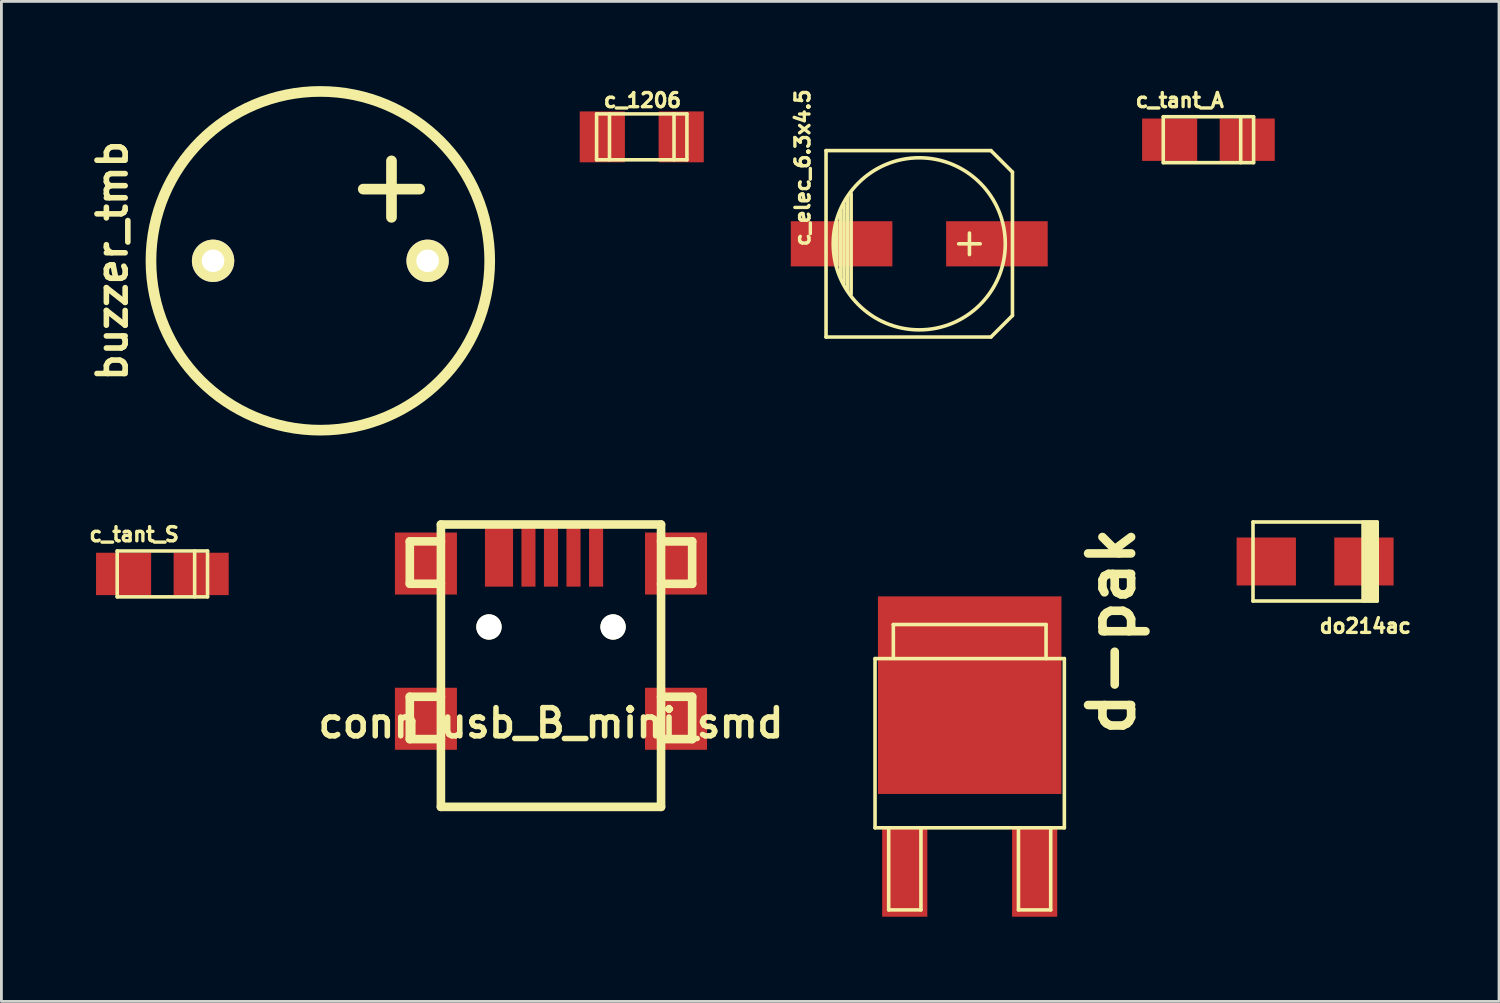
<source format=kicad_pcb>
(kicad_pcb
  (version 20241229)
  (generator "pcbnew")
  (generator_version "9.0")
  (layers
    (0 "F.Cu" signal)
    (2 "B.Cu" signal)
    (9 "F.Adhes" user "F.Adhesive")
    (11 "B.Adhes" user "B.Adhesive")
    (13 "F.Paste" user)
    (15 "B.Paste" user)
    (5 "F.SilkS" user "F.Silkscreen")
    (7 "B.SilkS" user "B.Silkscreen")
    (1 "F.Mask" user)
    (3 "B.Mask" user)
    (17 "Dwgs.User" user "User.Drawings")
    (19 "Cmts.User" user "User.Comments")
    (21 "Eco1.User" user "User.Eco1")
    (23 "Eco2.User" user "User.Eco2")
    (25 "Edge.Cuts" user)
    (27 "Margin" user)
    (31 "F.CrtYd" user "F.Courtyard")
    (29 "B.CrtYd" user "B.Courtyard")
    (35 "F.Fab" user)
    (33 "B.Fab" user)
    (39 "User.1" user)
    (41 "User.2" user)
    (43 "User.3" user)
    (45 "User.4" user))
  (footprint "do214ac"
    (layer "F.Cu")
    (at 43.537 16.841)
    (property "Reference" "do214ac" (at 1.778 2.286 0) (layer "F.SilkS") (effects (font (size 0.5 0.5) (thickness 0.119))))
    (attr through_hole)
    (fp_line (start -2.2 -1.4) (end -2.2 1.4) (stroke (width 0.127) (type solid)) (layer "F.SilkS"))
    (fp_line (start -2.2 1.4) (end 2.2 1.4) (stroke (width 0.127) (type solid)) (layer "F.SilkS"))
    (fp_line (start 1.699 -1.4) (end 1.699 1.4) (stroke (width 0.127) (type solid)) (layer "F.SilkS"))
    (fp_line (start 1.801 -1.4) (end 1.801 1.4) (stroke (width 0.127) (type solid)) (layer "F.SilkS"))
    (fp_line (start 1.9 1.4) (end 1.9 -1.4) (stroke (width 0.127) (type solid)) (layer "F.SilkS"))
    (fp_line (start 1.999 -1.4) (end 1.999 1.4) (stroke (width 0.127) (type solid)) (layer "F.SilkS"))
    (fp_line (start 2.101 1.4) (end 2.101 -1.4) (stroke (width 0.127) (type solid)) (layer "F.SilkS"))
    (fp_line (start 2.2 -1.4) (end -2.2 -1.4) (stroke (width 0.127) (type solid)) (layer "F.SilkS"))
    (fp_line (start 2.2 1.4) (end 2.2 -1.4) (stroke (width 0.127) (type solid)) (layer "F.SilkS"))
    (pad "1" smd rect (at -1.73 0) (size 2.101 1.699) (layers "F.Cu" "F.Mask" "F.Paste"))
    (pad "2" smd rect (at 1.73 0) (size 2.101 1.699) (layers "F.Cu" "F.Mask" "F.Paste")))
  (footprint "buzzer_tmb"
    (layer "F.Cu")
    (at 8.298 6.189)
    (property "Reference" "buzzer_tmb" (at -7.366 0 90) (layer "F.SilkS") (effects (font (size 0.998 0.998) (thickness 0.198))))
    (attr through_hole)
    (fp_line (start 1.52 -2.54) (end 3.52 -2.54) (stroke (width 0.378) (type solid)) (layer "F.SilkS"))
    (fp_line (start 2.52 -1.54) (end 2.52 -3.54) (stroke (width 0.378) (type solid)) (layer "F.SilkS"))
    (fp_circle (center 0 0) (end -6 0) (stroke (width 0.378) (type solid)) (fill no) (layer "F.SilkS"))
    (pad "1" thru_hole circle (at 3.8 0) (size 1.5 1.5) (drill 0.8) (layers "*.Cu" "*.Mask" "F.SilkS"))
    (pad "2" thru_hole circle (at -3.8 0) (size 1.5 1.5) (drill 0.8) (layers "*.Cu" "*.Mask" "F.SilkS")))
  (footprint "c_tant_S"
    (layer "F.Cu")
    (at 2.702 17.281)
    (property "Reference" "c_tant_S" (at -1 -1.4 0) (layer "F.SilkS") (effects (font (size 0.5 0.5) (thickness 0.119))))
    (attr through_hole)
    (fp_line (start -1.6 -0.813) (end -1.6 0.813) (stroke (width 0.127) (type solid)) (layer "F.SilkS"))
    (fp_line (start -1.6 0.813) (end 1.6 0.813) (stroke (width 0.127) (type solid)) (layer "F.SilkS"))
    (fp_line (start 1.143 0.813) (end 1.143 -0.813) (stroke (width 0.127) (type solid)) (layer "F.SilkS"))
    (fp_line (start 1.6 -0.813) (end -1.6 -0.813) (stroke (width 0.127) (type solid)) (layer "F.SilkS"))
    (fp_line (start 1.6 0.813) (end 1.6 -0.813) (stroke (width 0.127) (type solid)) (layer "F.SilkS"))
    (pad "1" smd rect (at -1.374 0) (size 1.951 1.501) (layers "F.Cu" "F.Mask" "F.Paste"))
    (pad "2" smd rect (at 1.374 0) (size 1.951 1.501) (layers "F.Cu" "F.Mask" "F.Paste")))
  (footprint "d-pak"
    (layer "F.Cu")
    (at 31.301 24.7)
    (property "Reference" "d-pak" (at 5.029 -5.388 90) (layer "F.SilkS") (effects (font (size 1.524 1.524) (thickness 0.305))))
    (attr smd)
    (fp_line (start -3.353 -4.42) (end -3.353 1.575) (stroke (width 0.127) (type solid)) (layer "F.SilkS"))
    (fp_line (start -2.87 1.575) (end -2.87 4.483) (stroke (width 0.127) (type solid)) (layer "F.SilkS"))
    (fp_line (start -2.87 4.483) (end -1.727 4.483) (stroke (width 0.127) (type solid)) (layer "F.SilkS"))
    (fp_line (start -2.705 -5.626) (end 2.705 -5.626) (stroke (width 0.127) (type solid)) (layer "F.SilkS"))
    (fp_line (start -2.705 -4.432) (end -2.705 -5.626) (stroke (width 0.127) (type solid)) (layer "F.SilkS"))
    (fp_line (start -1.727 4.483) (end -1.727 1.575) (stroke (width 0.127) (type solid)) (layer "F.SilkS"))
    (fp_line (start 1.727 1.575) (end 1.727 4.483) (stroke (width 0.127) (type solid)) (layer "F.SilkS"))
    (fp_line (start 1.727 4.483) (end 2.87 4.483) (stroke (width 0.127) (type solid)) (layer "F.SilkS"))
    (fp_line (start 2.705 -5.626) (end 2.705 -4.42) (stroke (width 0.127) (type solid)) (layer "F.SilkS"))
    (fp_line (start 2.87 4.483) (end 2.87 1.575) (stroke (width 0.127) (type solid)) (layer "F.SilkS"))
    (fp_line (start 3.353 -4.42) (end -3.353 -4.42) (stroke (width 0.127) (type solid)) (layer "F.SilkS"))
    (fp_line (start 3.353 1.575) (end -3.353 1.575) (stroke (width 0.127) (type solid)) (layer "F.SilkS"))
    (fp_line (start 3.353 1.575) (end 3.353 -4.42) (stroke (width 0.127) (type solid)) (layer "F.SilkS"))
    (pad "1" smd rect (at -2.301 3.124) (size 1.6 3.2) (layers "F.Cu" "F.Mask" "F.Paste"))
    (pad "2" smd rect (at 0 -3.124) (size 6.5 7) (layers "F.Cu" "F.Mask" "F.Paste"))
    (pad "3" smd rect (at 2.301 3.124) (size 1.6 3.2) (layers "F.Cu" "F.Mask" "F.Paste")))
  (footprint "c_tant_A"
    (layer "F.Cu")
    (at 39.758 1.899)
    (property "Reference" "c_tant_A" (at -1.016 -1.397 0) (layer "F.SilkS") (effects (font (size 0.5 0.5) (thickness 0.119))))
    (attr smd)
    (fp_line (start -1.6 -0.813) (end -1.6 0.813) (stroke (width 0.127) (type solid)) (layer "F.SilkS"))
    (fp_line (start -1.6 0.813) (end 1.6 0.813) (stroke (width 0.127) (type solid)) (layer "F.SilkS"))
    (fp_line (start 1.143 0.813) (end 1.143 -0.813) (stroke (width 0.127) (type solid)) (layer "F.SilkS"))
    (fp_line (start 1.6 -0.813) (end -1.6 -0.813) (stroke (width 0.127) (type solid)) (layer "F.SilkS"))
    (fp_line (start 1.6 0.813) (end 1.6 -0.813) (stroke (width 0.127) (type solid)) (layer "F.SilkS"))
    (pad "1" smd rect (at -1.374 0) (size 1.951 1.501) (layers "F.Cu" "F.Mask" "F.Paste"))
    (pad "2" smd rect (at 1.374 0) (size 1.951 1.501) (layers "F.Cu" "F.Mask" "F.Paste")))
  (footprint "conn_usb_B_mini_smd"
    (layer "F.Cu")
    (at 16.468 20.532)
    (property "Reference" "conn_usb_B_mini_smd" (at 0 2.032 0) (layer "F.SilkS") (effects (font (size 0.998 0.998) (thickness 0.196))))
    (attr through_hole)
    (fp_line (start -5.001 -4.404) (end -5.001 -2.903) (stroke (width 0.305) (type solid)) (layer "F.SilkS"))
    (fp_line (start -5.001 -2.903) (end -3.899 -2.903) (stroke (width 0.305) (type solid)) (layer "F.SilkS"))
    (fp_line (start -5.001 1.1) (end -5.001 2.601) (stroke (width 0.305) (type solid)) (layer "F.SilkS"))
    (fp_line (start -5.001 2.601) (end -3.899 2.601) (stroke (width 0.305) (type solid)) (layer "F.SilkS"))
    (fp_line (start -3.899 -5.001) (end -3.899 5.001) (stroke (width 0.305) (type solid)) (layer "F.SilkS"))
    (fp_line (start -3.899 -4.404) (end -5.001 -4.404) (stroke (width 0.305) (type solid)) (layer "F.SilkS"))
    (fp_line (start -3.899 1.1) (end -5.001 1.1) (stroke (width 0.305) (type solid)) (layer "F.SilkS"))
    (fp_line (start -3.899 5.001) (end 3.899 5.001) (stroke (width 0.305) (type solid)) (layer "F.SilkS"))
    (fp_line (start 3.899 -5.001) (end -3.899 -5.001) (stroke (width 0.305) (type solid)) (layer "F.SilkS"))
    (fp_line (start 3.899 -4.402) (end 5.001 -4.402) (stroke (width 0.305) (type solid)) (layer "F.SilkS"))
    (fp_line (start 3.899 1.1) (end 5.001 1.1) (stroke (width 0.305) (type solid)) (layer "F.SilkS"))
    (fp_line (start 3.899 5.001) (end 3.899 -5.001) (stroke (width 0.305) (type solid)) (layer "F.SilkS"))
    (fp_line (start 5.001 -4.402) (end 5.001 -2.901) (stroke (width 0.305) (type solid)) (layer "F.SilkS"))
    (fp_line (start 5.001 -2.901) (end 3.899 -2.901) (stroke (width 0.305) (type solid)) (layer "F.SilkS"))
    (fp_line (start 5.001 1.1) (end 5.001 2.601) (stroke (width 0.305) (type solid)) (layer "F.SilkS"))
    (fp_line (start 5.001 2.601) (end 3.899 2.601) (stroke (width 0.305) (type solid)) (layer "F.SilkS"))
    (pad "" np_thru_hole circle (at -2.197 -1.372) (size 0.899 0.899) (drill 0.899) (layers "*.Cu" "*.Mask" "F.SilkS"))
    (pad "" np_thru_hole circle (at 2.2 -1.372) (size 0.899 0.899) (drill 0.899) (layers "*.Cu" "*.Mask" "F.SilkS"))
    (pad "1" smd rect (at -1.841 -3.899) (size 0.996 2.197) (layers "F.Cu" "F.Mask" "F.Paste"))
    (pad "2" smd rect (at -0.798 -3.899) (size 0.498 2.197) (layers "F.Cu" "F.Mask" "F.Paste"))
    (pad "3" smd rect (at 0 -3.899) (size 0.498 2.197) (layers "F.Cu" "F.Mask" "F.Paste"))
    (pad "4" smd rect (at 0.798 -3.899) (size 0.498 2.197) (layers "F.Cu" "F.Mask" "F.Paste"))
    (pad "5" smd rect (at -4.43 -3.619) (size 2.197 2.197) (layers "F.Cu" "F.Mask" "F.Paste"))
    (pad "5" smd rect (at -4.43 1.88) (size 2.197 2.197) (layers "F.Cu" "F.Mask" "F.Paste"))
    (pad "5" smd rect (at 1.598 -3.899) (size 0.498 2.197) (layers "F.Cu" "F.Mask" "F.Paste"))
    (pad "5" smd rect (at 4.43 -3.619) (size 2.197 2.197) (layers "F.Cu" "F.Mask" "F.Paste"))
    (pad "5" smd rect (at 4.43 1.88) (size 2.197 2.197) (layers "F.Cu" "F.Mask" "F.Paste")))
  (footprint "c_1206"
    (layer "F.Cu")
    (at 19.684 1.798)
    (property "Reference" "c_1206" (at 0.025 -1.295 0) (layer "F.SilkS") (effects (font (size 0.5 0.5) (thickness 0.119))))
    (attr through_hole)
    (fp_line (start -1.6 -0.813) (end -1.6 0.813) (stroke (width 0.127) (type solid)) (layer "F.SilkS"))
    (fp_line (start -1.6 0.813) (end 1.6 0.813) (stroke (width 0.127) (type solid)) (layer "F.SilkS"))
    (fp_line (start -1.143 -0.813) (end -1.143 0.813) (stroke (width 0.127) (type solid)) (layer "F.SilkS"))
    (fp_line (start 1.143 0.813) (end 1.143 -0.813) (stroke (width 0.127) (type solid)) (layer "F.SilkS"))
    (fp_line (start 1.6 -0.813) (end -1.6 -0.813) (stroke (width 0.127) (type solid)) (layer "F.SilkS"))
    (fp_line (start 1.6 0.813) (end 1.6 -0.813) (stroke (width 0.127) (type solid)) (layer "F.SilkS"))
    (pad "1" smd rect (at 1.397 0) (size 1.6 1.803) (layers "F.Cu" "F.Mask" "F.Paste"))
    (pad "2" smd rect (at -1.397 0) (size 1.6 1.803) (layers "F.Cu" "F.Mask" "F.Paste")))
  (footprint "c_elec_6.3x4.5"
    (layer "F.Cu")
    (at 29.514 5.587)
    (property "Reference" "c_elec_6.3x4.5" (at -4.131 -2.694 90) (layer "F.SilkS") (effects (font (size 0.5 0.5) (thickness 0.119))))
    (attr smd)
    (fp_line (start -3.302 -3.302) (end -3.302 3.302) (stroke (width 0.127) (type solid)) (layer "F.SilkS"))
    (fp_line (start -3.302 3.302) (end 2.54 3.302) (stroke (width 0.127) (type solid)) (layer "F.SilkS"))
    (fp_line (start -2.921 -0.762) (end -2.921 0.762) (stroke (width 0.127) (type solid)) (layer "F.SilkS"))
    (fp_line (start -2.794 1.143) (end -2.794 -1.143) (stroke (width 0.127) (type solid)) (layer "F.SilkS"))
    (fp_line (start -2.667 -1.397) (end -2.667 1.397) (stroke (width 0.127) (type solid)) (layer "F.SilkS"))
    (fp_line (start -2.54 1.651) (end -2.54 -1.651) (stroke (width 0.127) (type solid)) (layer "F.SilkS"))
    (fp_line (start -2.413 -1.778) (end -2.413 1.778) (stroke (width 0.127) (type solid)) (layer "F.SilkS"))
    (fp_line (start 1.778 -0.381) (end 1.778 0.381) (stroke (width 0.127) (type solid)) (layer "F.SilkS"))
    (fp_line (start 2.159 0) (end 1.397 0) (stroke (width 0.127) (type solid)) (layer "F.SilkS"))
    (fp_line (start 2.54 -3.302) (end -3.302 -3.302) (stroke (width 0.127) (type solid)) (layer "F.SilkS"))
    (fp_line (start 2.54 3.302) (end 3.302 2.54) (stroke (width 0.127) (type solid)) (layer "F.SilkS"))
    (fp_line (start 3.302 -2.54) (end 2.54 -3.302) (stroke (width 0.127) (type solid)) (layer "F.SilkS"))
    (fp_line (start 3.302 2.54) (end 3.302 -2.54) (stroke (width 0.127) (type solid)) (layer "F.SilkS"))
    (fp_circle (center 0 0) (end -3.048 0) (stroke (width 0.127) (type solid)) (fill no) (layer "F.SilkS"))
    (pad "1" smd rect (at 2.751 0) (size 3.599 1.6) (layers "F.Cu" "F.Mask" "F.Paste"))
    (pad "2" smd rect (at -2.751 0) (size 3.599 1.6) (layers "F.Cu" "F.Mask" "F.Paste")))
  (gr_rect
    (start -3 -3)
    (end 50.052 32.424)
    (stroke (width 0.1) (type default))
    (fill no)
    (layer "Edge.Cuts")))
</source>
